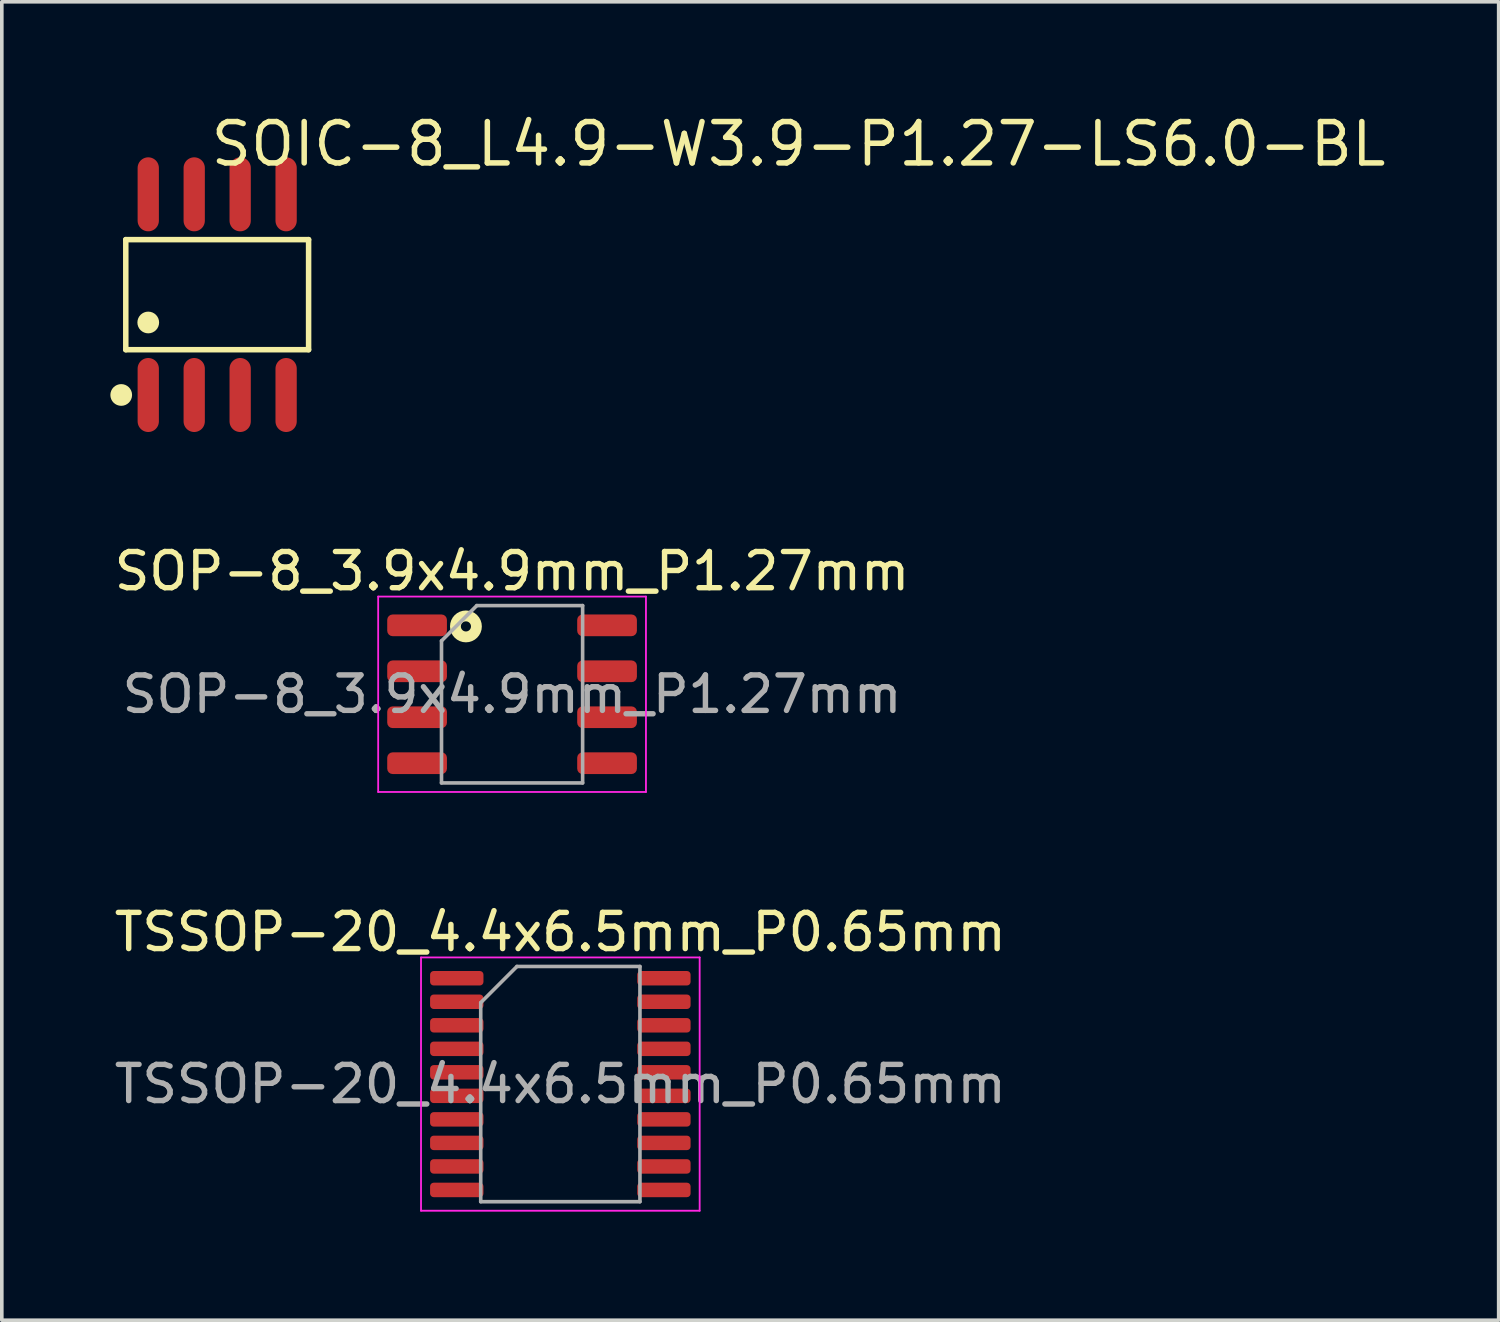
<source format=kicad_pcb>
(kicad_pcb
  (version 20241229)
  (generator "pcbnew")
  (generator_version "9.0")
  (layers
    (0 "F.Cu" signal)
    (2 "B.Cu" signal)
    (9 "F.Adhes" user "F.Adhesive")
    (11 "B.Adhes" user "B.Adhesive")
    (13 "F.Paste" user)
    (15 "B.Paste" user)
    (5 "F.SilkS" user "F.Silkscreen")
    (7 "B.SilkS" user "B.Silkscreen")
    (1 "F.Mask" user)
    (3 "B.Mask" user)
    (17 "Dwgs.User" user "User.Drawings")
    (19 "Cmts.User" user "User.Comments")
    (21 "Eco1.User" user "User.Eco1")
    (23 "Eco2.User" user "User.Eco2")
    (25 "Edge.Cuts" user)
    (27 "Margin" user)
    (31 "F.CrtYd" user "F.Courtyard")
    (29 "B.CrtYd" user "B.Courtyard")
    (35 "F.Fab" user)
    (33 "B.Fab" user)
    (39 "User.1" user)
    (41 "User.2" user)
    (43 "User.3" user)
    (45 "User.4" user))
  (footprint "SOP-8_3.9x4.9mm_P1.27mm"
    (layer "F.Cu")
    (at 11.101 16.136)
    (property "Reference" "SOP-8_3.9x4.9mm_P1.27mm" (at 0 -3.4 0) (layer "F.SilkS") (effects (font (size 1 1) (thickness 0.15))))
    (attr smd)
    (fp_circle (center -1.275 -1.875) (end -1.135 -1.875) (stroke (width 0.3) (type solid)) (fill no) (layer "F.SilkS"))
    (fp_line (start -3.7 -2.7) (end -3.7 2.7) (stroke (width 0.05) (type solid)) (layer "F.CrtYd"))
    (fp_line (start -3.7 2.7) (end 3.7 2.7) (stroke (width 0.05) (type solid)) (layer "F.CrtYd"))
    (fp_line (start 3.7 -2.7) (end -3.7 -2.7) (stroke (width 0.05) (type solid)) (layer "F.CrtYd"))
    (fp_line (start 3.7 2.7) (end 3.7 -2.7) (stroke (width 0.05) (type solid)) (layer "F.CrtYd"))
    (fp_line (start -1.95 -1.475) (end -0.975 -2.45) (stroke (width 0.1) (type solid)) (layer "F.Fab"))
    (fp_line (start -1.95 2.45) (end -1.95 -1.475) (stroke (width 0.1) (type solid)) (layer "F.Fab"))
    (fp_line (start -0.975 -2.45) (end 1.95 -2.45) (stroke (width 0.1) (type solid)) (layer "F.Fab"))
    (fp_line (start 1.95 -2.45) (end 1.95 2.45) (stroke (width 0.1) (type solid)) (layer "F.Fab"))
    (fp_line (start 1.95 2.45) (end -1.95 2.45) (stroke (width 0.1) (type solid)) (layer "F.Fab"))
    (fp_text user "${REFERENCE}" (at 0 0 0) (layer "F.Fab") (effects (font (size 0.98 0.98) (thickness 0.15))))
    (pad "1" smd roundrect (at -2.625 -1.905) (size 1.65 0.6) (layers "F.Cu" "F.Mask" "F.Paste") (roundrect_rratio 0.25))
    (pad "2" smd roundrect (at -2.625 -0.635) (size 1.65 0.6) (layers "F.Cu" "F.Mask" "F.Paste") (roundrect_rratio 0.25))
    (pad "3" smd roundrect (at -2.625 0.635) (size 1.65 0.6) (layers "F.Cu" "F.Mask" "F.Paste") (roundrect_rratio 0.25))
    (pad "4" smd roundrect (at -2.625 1.905) (size 1.65 0.6) (layers "F.Cu" "F.Mask" "F.Paste") (roundrect_rratio 0.25))
    (pad "5" smd roundrect (at 2.625 1.905) (size 1.65 0.6) (layers "F.Cu" "F.Mask" "F.Paste") (roundrect_rratio 0.25))
    (pad "6" smd roundrect (at 2.625 0.635) (size 1.65 0.6) (layers "F.Cu" "F.Mask" "F.Paste") (roundrect_rratio 0.25))
    (pad "7" smd roundrect (at 2.625 -0.635) (size 1.65 0.6) (layers "F.Cu" "F.Mask" "F.Paste") (roundrect_rratio 0.25))
    (pad "8" smd roundrect (at 2.625 -1.905) (size 1.65 0.6) (layers "F.Cu" "F.Mask" "F.Paste") (roundrect_rratio 0.25)))
  (footprint "SOIC-8_L4.9-W3.9-P1.27-LS6.0-BL"
    (layer "F.Cu")
    (at 2.952 5.093)
    (property "Reference" "SOIC-8_L4.9-W3.9-P1.27-LS6.0-BL" (at -0.254 -3.493 0) (unlocked yes) (layer "F.SilkS") (effects (font (size 1.143 1.143) (thickness 0.152)) (justify left bottom)))
    (fp_line (start -2.526 -1.521) (end 2.526 -1.521) (stroke (width 0.152) (type solid)) (layer "F.SilkS"))
    (fp_line (start -2.526 1.521) (end -2.526 -1.521) (stroke (width 0.152) (type solid)) (layer "F.SilkS"))
    (fp_line (start -2.526 1.521) (end 2.526 1.521) (stroke (width 0.152) (type solid)) (layer "F.SilkS"))
    (fp_line (start 2.526 1.521) (end 2.526 -1.521) (stroke (width 0.152) (type solid)) (layer "F.SilkS"))
    (fp_circle (center -2.652 2.772) (end -2.652 2.622) (stroke (width 0.3) (type solid)) (fill no) (layer "F.SilkS"))
    (fp_circle (center -1.905 0.769) (end -1.905 0.619) (stroke (width 0.3) (type solid)) (fill no) (layer "F.SilkS"))
    (fp_circle (center -1.905 3.4) (end -1.905 3.25) (stroke (width 0.3) (type solid)) (fill no) (layer "Eco1.User"))
    (pad "1" smd oval (at -1.905 2.773) (size 0.588 2.045) (layers "F.Cu" "F.Mask" "F.Paste"))
    (pad "2" smd oval (at -0.635 2.773) (size 0.588 2.045) (layers "F.Cu" "F.Mask" "F.Paste"))
    (pad "3" smd oval (at 0.635 2.773) (size 0.588 2.045) (layers "F.Cu" "F.Mask" "F.Paste"))
    (pad "4" smd oval (at 1.905 2.773) (size 0.588 2.045) (layers "F.Cu" "F.Mask" "F.Paste"))
    (pad "5" smd oval (at 1.905 -2.773) (size 0.588 2.045) (layers "F.Cu" "F.Mask" "F.Paste"))
    (pad "6" smd oval (at 0.635 -2.773) (size 0.588 2.045) (layers "F.Cu" "F.Mask" "F.Paste"))
    (pad "7" smd oval (at -0.635 -2.773) (size 0.588 2.045) (layers "F.Cu" "F.Mask" "F.Paste"))
    (pad "8" smd oval (at -1.905 -2.773) (size 0.588 2.045) (layers "F.Cu" "F.Mask" "F.Paste")))
  (footprint "TSSOP-20_4.4x6.5mm_P0.65mm"
    (layer "F.Cu")
    (at 12.435 26.909)
    (property "Reference" "TSSOP-20_4.4x6.5mm_P0.65mm" (at 0 -4.2 0) (layer "F.SilkS") (effects (font (size 1 1) (thickness 0.15))))
    (attr smd)
    (fp_line (start -3.85 -3.5) (end -3.85 3.5) (stroke (width 0.05) (type solid)) (layer "F.CrtYd"))
    (fp_line (start -3.85 3.5) (end 3.85 3.5) (stroke (width 0.05) (type solid)) (layer "F.CrtYd"))
    (fp_line (start 3.85 -3.5) (end -3.85 -3.5) (stroke (width 0.05) (type solid)) (layer "F.CrtYd"))
    (fp_line (start 3.85 3.5) (end 3.85 -3.5) (stroke (width 0.05) (type solid)) (layer "F.CrtYd"))
    (fp_line (start -2.2 -2.25) (end -1.2 -3.25) (stroke (width 0.1) (type solid)) (layer "F.Fab"))
    (fp_line (start -2.2 3.25) (end -2.2 -2.25) (stroke (width 0.1) (type solid)) (layer "F.Fab"))
    (fp_line (start -1.2 -3.25) (end 2.2 -3.25) (stroke (width 0.1) (type solid)) (layer "F.Fab"))
    (fp_line (start 2.2 -3.25) (end 2.2 3.25) (stroke (width 0.1) (type solid)) (layer "F.Fab"))
    (fp_line (start 2.2 3.25) (end -2.2 3.25) (stroke (width 0.1) (type solid)) (layer "F.Fab"))
    (fp_text user "${REFERENCE}" (at 0 0 0) (layer "F.Fab") (effects (font (size 1 1) (thickness 0.15))))
    (pad "1" smd roundrect (at -2.862 -2.925) (size 1.475 0.4) (layers "F.Cu" "F.Mask" "F.Paste") (roundrect_rratio 0.25))
    (pad "2" smd roundrect (at -2.862 -2.275) (size 1.475 0.4) (layers "F.Cu" "F.Mask" "F.Paste") (roundrect_rratio 0.25))
    (pad "3" smd roundrect (at -2.862 -1.625) (size 1.475 0.4) (layers "F.Cu" "F.Mask" "F.Paste") (roundrect_rratio 0.25))
    (pad "4" smd roundrect (at -2.862 -0.975) (size 1.475 0.4) (layers "F.Cu" "F.Mask" "F.Paste") (roundrect_rratio 0.25))
    (pad "5" smd roundrect (at -2.862 -0.325) (size 1.475 0.4) (layers "F.Cu" "F.Mask" "F.Paste") (roundrect_rratio 0.25))
    (pad "6" smd roundrect (at -2.862 0.325) (size 1.475 0.4) (layers "F.Cu" "F.Mask" "F.Paste") (roundrect_rratio 0.25))
    (pad "7" smd roundrect (at -2.862 0.975) (size 1.475 0.4) (layers "F.Cu" "F.Mask" "F.Paste") (roundrect_rratio 0.25))
    (pad "8" smd roundrect (at -2.862 1.625) (size 1.475 0.4) (layers "F.Cu" "F.Mask" "F.Paste") (roundrect_rratio 0.25))
    (pad "9" smd roundrect (at -2.862 2.275) (size 1.475 0.4) (layers "F.Cu" "F.Mask" "F.Paste") (roundrect_rratio 0.25))
    (pad "10" smd roundrect (at -2.862 2.925) (size 1.475 0.4) (layers "F.Cu" "F.Mask" "F.Paste") (roundrect_rratio 0.25))
    (pad "11" smd roundrect (at 2.862 2.925) (size 1.475 0.4) (layers "F.Cu" "F.Mask" "F.Paste") (roundrect_rratio 0.25))
    (pad "12" smd roundrect (at 2.862 2.275) (size 1.475 0.4) (layers "F.Cu" "F.Mask" "F.Paste") (roundrect_rratio 0.25))
    (pad "13" smd roundrect (at 2.862 1.625) (size 1.475 0.4) (layers "F.Cu" "F.Mask" "F.Paste") (roundrect_rratio 0.25))
    (pad "14" smd roundrect (at 2.862 0.975) (size 1.475 0.4) (layers "F.Cu" "F.Mask" "F.Paste") (roundrect_rratio 0.25))
    (pad "15" smd roundrect (at 2.862 0.325) (size 1.475 0.4) (layers "F.Cu" "F.Mask" "F.Paste") (roundrect_rratio 0.25))
    (pad "16" smd roundrect (at 2.862 -0.325) (size 1.475 0.4) (layers "F.Cu" "F.Mask" "F.Paste") (roundrect_rratio 0.25))
    (pad "17" smd roundrect (at 2.862 -0.975) (size 1.475 0.4) (layers "F.Cu" "F.Mask" "F.Paste") (roundrect_rratio 0.25))
    (pad "18" smd roundrect (at 2.862 -1.625) (size 1.475 0.4) (layers "F.Cu" "F.Mask" "F.Paste") (roundrect_rratio 0.25))
    (pad "19" smd roundrect (at 2.862 -2.275) (size 1.475 0.4) (layers "F.Cu" "F.Mask" "F.Paste") (roundrect_rratio 0.25))
    (pad "20" smd roundrect (at 2.862 -2.925) (size 1.475 0.4) (layers "F.Cu" "F.Mask" "F.Paste") (roundrect_rratio 0.25)))
  (gr_rect
    (start -3 -3)
    (end 38.366 33.434)
    (stroke (width 0.1) (type default))
    (fill no)
    (layer "Edge.Cuts")))
</source>
